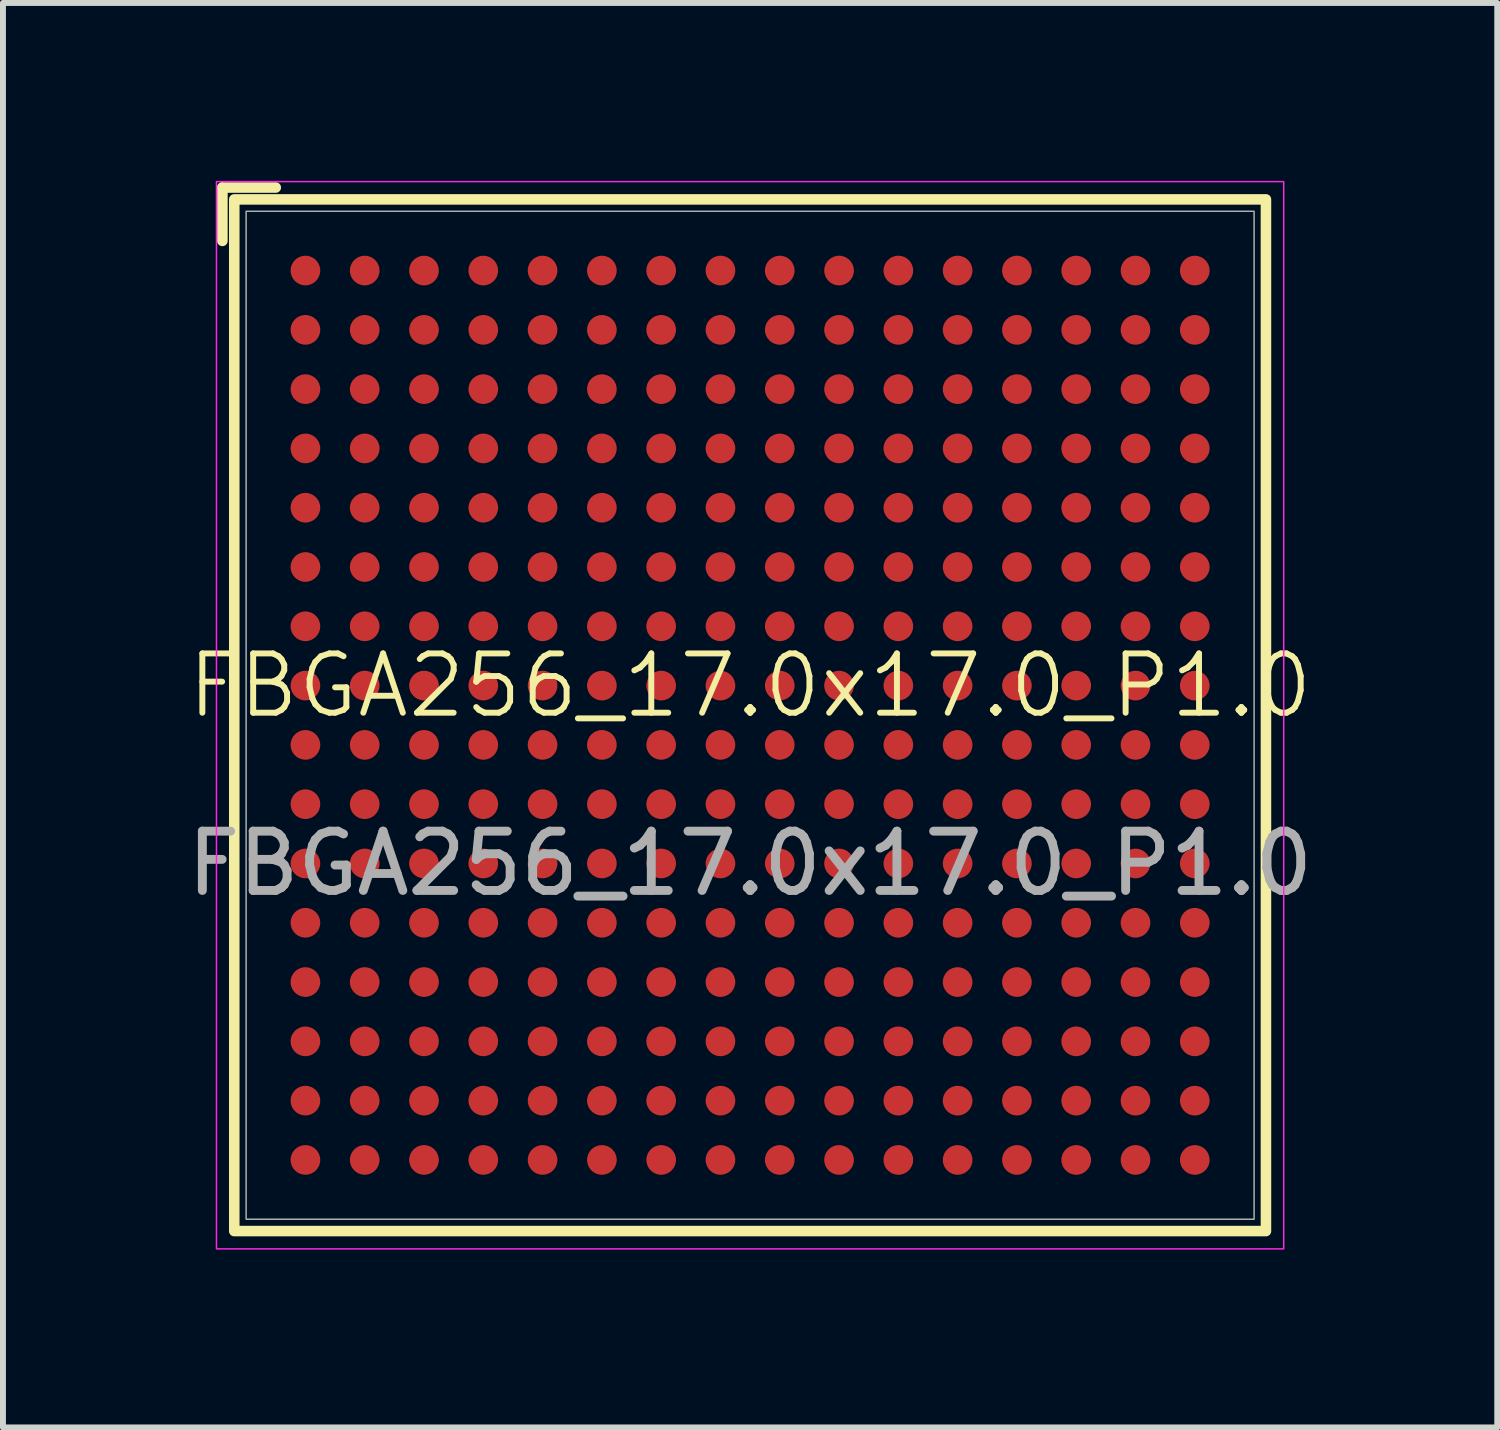
<source format=kicad_pcb>
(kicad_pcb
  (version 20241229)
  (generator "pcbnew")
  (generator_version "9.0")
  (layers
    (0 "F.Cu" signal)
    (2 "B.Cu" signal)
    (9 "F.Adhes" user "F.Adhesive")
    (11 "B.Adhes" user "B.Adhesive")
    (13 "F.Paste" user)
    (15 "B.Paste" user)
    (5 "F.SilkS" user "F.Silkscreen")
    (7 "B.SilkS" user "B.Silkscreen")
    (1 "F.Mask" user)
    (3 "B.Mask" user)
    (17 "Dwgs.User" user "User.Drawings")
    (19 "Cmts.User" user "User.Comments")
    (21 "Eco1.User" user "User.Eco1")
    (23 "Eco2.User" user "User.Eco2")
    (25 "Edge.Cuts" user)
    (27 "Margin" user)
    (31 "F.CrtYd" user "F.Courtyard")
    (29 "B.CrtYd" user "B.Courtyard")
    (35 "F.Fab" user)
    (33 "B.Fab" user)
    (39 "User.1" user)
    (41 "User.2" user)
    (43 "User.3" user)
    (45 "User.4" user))
  (footprint "FBGA256_17.0x17.0_P1.0"
    (layer "F.Cu")
    (at 9.601 9.013)
    (property "Reference" "FBGA256_17.0x17.0_P1.0" (at 0 -0.5 0) (unlocked yes) (layer "F.SilkS") (effects (font (size 1 1) (thickness 0.1))))
    (attr smd)
    (fp_line (start -8.9 -8.9) (end -8 -8.9) (stroke (width 0.178) (type default)) (layer "F.SilkS"))
    (fp_line (start -8.9 -8) (end -8.9 -8.9) (stroke (width 0.178) (type default)) (layer "F.SilkS"))
    (fp_rect (start -8.7 8.7) (end 8.7 -8.7) (stroke (width 0.178) (type default)) (fill no) (layer "F.SilkS"))
    (fp_rect (start -9 -9) (end 9 9) (stroke (width 0.025) (type default)) (fill no) (layer "F.CrtYd"))
    (fp_rect (start -8.5 8.5) (end 8.5 -8.5) (stroke (width 0.025) (type default)) (fill no) (layer "F.Fab"))
    (fp_text user "${REFERENCE}" (at 0 2.5 0) (unlocked yes) (layer "F.Fab") (effects (font (size 1 1) (thickness 0.15))))
    (pad "A1" smd circle (at -7.5 -7.5) (size 0.5 0.5) (layers "F.Cu" "F.Mask" "F.Paste"))
    (pad "A2" smd circle (at -6.5 -7.5) (size 0.5 0.5) (layers "F.Cu" "F.Mask" "F.Paste"))
    (pad "A3" smd circle (at -5.5 -7.5) (size 0.5 0.5) (layers "F.Cu" "F.Mask" "F.Paste"))
    (pad "A4" smd circle (at -4.5 -7.5) (size 0.5 0.5) (layers "F.Cu" "F.Mask" "F.Paste"))
    (pad "A5" smd circle (at -3.5 -7.5) (size 0.5 0.5) (layers "F.Cu" "F.Mask" "F.Paste"))
    (pad "A6" smd circle (at -2.5 -7.5) (size 0.5 0.5) (layers "F.Cu" "F.Mask" "F.Paste"))
    (pad "A7" smd circle (at -1.5 -7.5) (size 0.5 0.5) (layers "F.Cu" "F.Mask" "F.Paste"))
    (pad "A8" smd circle (at -0.5 -7.5) (size 0.5 0.5) (layers "F.Cu" "F.Mask" "F.Paste"))
    (pad "A9" smd circle (at 0.5 -7.5) (size 0.5 0.5) (layers "F.Cu" "F.Mask" "F.Paste"))
    (pad "A10" smd circle (at 1.5 -7.5) (size 0.5 0.5) (layers "F.Cu" "F.Mask" "F.Paste"))
    (pad "A11" smd circle (at 2.5 -7.5) (size 0.5 0.5) (layers "F.Cu" "F.Mask" "F.Paste"))
    (pad "A12" smd circle (at 3.5 -7.5) (size 0.5 0.5) (layers "F.Cu" "F.Mask" "F.Paste"))
    (pad "A13" smd circle (at 4.5 -7.5) (size 0.5 0.5) (layers "F.Cu" "F.Mask" "F.Paste"))
    (pad "A14" smd circle (at 5.5 -7.5) (size 0.5 0.5) (layers "F.Cu" "F.Mask" "F.Paste"))
    (pad "A15" smd circle (at 6.5 -7.5) (size 0.5 0.5) (layers "F.Cu" "F.Mask" "F.Paste"))
    (pad "A16" smd circle (at 7.5 -7.5) (size 0.5 0.5) (layers "F.Cu" "F.Mask" "F.Paste"))
    (pad "B1" smd circle (at -7.5 -6.5) (size 0.5 0.5) (layers "F.Cu" "F.Mask" "F.Paste"))
    (pad "B2" smd circle (at -6.5 -6.5) (size 0.5 0.5) (layers "F.Cu" "F.Mask" "F.Paste"))
    (pad "B3" smd circle (at -5.5 -6.5) (size 0.5 0.5) (layers "F.Cu" "F.Mask" "F.Paste"))
    (pad "B4" smd circle (at -4.5 -6.5) (size 0.5 0.5) (layers "F.Cu" "F.Mask" "F.Paste"))
    (pad "B5" smd circle (at -3.5 -6.5) (size 0.5 0.5) (layers "F.Cu" "F.Mask" "F.Paste"))
    (pad "B6" smd circle (at -2.5 -6.5) (size 0.5 0.5) (layers "F.Cu" "F.Mask" "F.Paste"))
    (pad "B7" smd circle (at -1.5 -6.5) (size 0.5 0.5) (layers "F.Cu" "F.Mask" "F.Paste"))
    (pad "B8" smd circle (at -0.5 -6.5) (size 0.5 0.5) (layers "F.Cu" "F.Mask" "F.Paste"))
    (pad "B9" smd circle (at 0.5 -6.5) (size 0.5 0.5) (layers "F.Cu" "F.Mask" "F.Paste"))
    (pad "B10" smd circle (at 1.5 -6.5) (size 0.5 0.5) (layers "F.Cu" "F.Mask" "F.Paste"))
    (pad "B11" smd circle (at 2.5 -6.5) (size 0.5 0.5) (layers "F.Cu" "F.Mask" "F.Paste"))
    (pad "B12" smd circle (at 3.5 -6.5) (size 0.5 0.5) (layers "F.Cu" "F.Mask" "F.Paste"))
    (pad "B13" smd circle (at 4.5 -6.5) (size 0.5 0.5) (layers "F.Cu" "F.Mask" "F.Paste"))
    (pad "B14" smd circle (at 5.5 -6.5) (size 0.5 0.5) (layers "F.Cu" "F.Mask" "F.Paste"))
    (pad "B15" smd circle (at 6.5 -6.5) (size 0.5 0.5) (layers "F.Cu" "F.Mask" "F.Paste"))
    (pad "B16" smd circle (at 7.5 -6.5) (size 0.5 0.5) (layers "F.Cu" "F.Mask" "F.Paste"))
    (pad "C1" smd circle (at -7.5 -5.5) (size 0.5 0.5) (layers "F.Cu" "F.Mask" "F.Paste"))
    (pad "C2" smd circle (at -6.5 -5.5) (size 0.5 0.5) (layers "F.Cu" "F.Mask" "F.Paste"))
    (pad "C3" smd circle (at -5.5 -5.5) (size 0.5 0.5) (layers "F.Cu" "F.Mask" "F.Paste"))
    (pad "C4" smd circle (at -4.5 -5.5) (size 0.5 0.5) (layers "F.Cu" "F.Mask" "F.Paste"))
    (pad "C5" smd circle (at -3.5 -5.5) (size 0.5 0.5) (layers "F.Cu" "F.Mask" "F.Paste"))
    (pad "C6" smd circle (at -2.5 -5.5) (size 0.5 0.5) (layers "F.Cu" "F.Mask" "F.Paste"))
    (pad "C7" smd circle (at -1.5 -5.5) (size 0.5 0.5) (layers "F.Cu" "F.Mask" "F.Paste"))
    (pad "C8" smd circle (at -0.5 -5.5) (size 0.5 0.5) (layers "F.Cu" "F.Mask" "F.Paste"))
    (pad "C9" smd circle (at 0.5 -5.5) (size 0.5 0.5) (layers "F.Cu" "F.Mask" "F.Paste"))
    (pad "C10" smd circle (at 1.5 -5.5) (size 0.5 0.5) (layers "F.Cu" "F.Mask" "F.Paste"))
    (pad "C11" smd circle (at 2.5 -5.5) (size 0.5 0.5) (layers "F.Cu" "F.Mask" "F.Paste"))
    (pad "C12" smd circle (at 3.5 -5.5) (size 0.5 0.5) (layers "F.Cu" "F.Mask" "F.Paste"))
    (pad "C13" smd circle (at 4.5 -5.5) (size 0.5 0.5) (layers "F.Cu" "F.Mask" "F.Paste"))
    (pad "C14" smd circle (at 5.5 -5.5) (size 0.5 0.5) (layers "F.Cu" "F.Mask" "F.Paste"))
    (pad "C15" smd circle (at 6.5 -5.5) (size 0.5 0.5) (layers "F.Cu" "F.Mask" "F.Paste"))
    (pad "C16" smd circle (at 7.5 -5.5) (size 0.5 0.5) (layers "F.Cu" "F.Mask" "F.Paste"))
    (pad "D1" smd circle (at -7.5 -4.5) (size 0.5 0.5) (layers "F.Cu" "F.Mask" "F.Paste"))
    (pad "D2" smd circle (at -6.5 -4.5) (size 0.5 0.5) (layers "F.Cu" "F.Mask" "F.Paste"))
    (pad "D3" smd circle (at -5.5 -4.5) (size 0.5 0.5) (layers "F.Cu" "F.Mask" "F.Paste"))
    (pad "D4" smd circle (at -4.5 -4.5) (size 0.5 0.5) (layers "F.Cu" "F.Mask" "F.Paste"))
    (pad "D5" smd circle (at -3.5 -4.5) (size 0.5 0.5) (layers "F.Cu" "F.Mask" "F.Paste"))
    (pad "D6" smd circle (at -2.5 -4.5) (size 0.5 0.5) (layers "F.Cu" "F.Mask" "F.Paste"))
    (pad "D7" smd circle (at -1.5 -4.5) (size 0.5 0.5) (layers "F.Cu" "F.Mask" "F.Paste"))
    (pad "D8" smd circle (at -0.5 -4.5) (size 0.5 0.5) (layers "F.Cu" "F.Mask" "F.Paste"))
    (pad "D9" smd circle (at 0.5 -4.5) (size 0.5 0.5) (layers "F.Cu" "F.Mask" "F.Paste"))
    (pad "D10" smd circle (at 1.5 -4.5) (size 0.5 0.5) (layers "F.Cu" "F.Mask" "F.Paste"))
    (pad "D11" smd circle (at 2.5 -4.5) (size 0.5 0.5) (layers "F.Cu" "F.Mask" "F.Paste"))
    (pad "D12" smd circle (at 3.5 -4.5) (size 0.5 0.5) (layers "F.Cu" "F.Mask" "F.Paste"))
    (pad "D13" smd circle (at 4.5 -4.5) (size 0.5 0.5) (layers "F.Cu" "F.Mask" "F.Paste"))
    (pad "D14" smd circle (at 5.5 -4.5) (size 0.5 0.5) (layers "F.Cu" "F.Mask" "F.Paste"))
    (pad "D15" smd circle (at 6.5 -4.5) (size 0.5 0.5) (layers "F.Cu" "F.Mask" "F.Paste"))
    (pad "D16" smd circle (at 7.5 -4.5) (size 0.5 0.5) (layers "F.Cu" "F.Mask" "F.Paste"))
    (pad "E1" smd circle (at -7.5 -3.5) (size 0.5 0.5) (layers "F.Cu" "F.Mask" "F.Paste"))
    (pad "E2" smd circle (at -6.5 -3.5) (size 0.5 0.5) (layers "F.Cu" "F.Mask" "F.Paste"))
    (pad "E3" smd circle (at -5.5 -3.5) (size 0.5 0.5) (layers "F.Cu" "F.Mask" "F.Paste"))
    (pad "E4" smd circle (at -4.5 -3.5) (size 0.5 0.5) (layers "F.Cu" "F.Mask" "F.Paste"))
    (pad "E5" smd circle (at -3.5 -3.5) (size 0.5 0.5) (layers "F.Cu" "F.Mask" "F.Paste"))
    (pad "E6" smd circle (at -2.5 -3.5) (size 0.5 0.5) (layers "F.Cu" "F.Mask" "F.Paste"))
    (pad "E7" smd circle (at -1.5 -3.5) (size 0.5 0.5) (layers "F.Cu" "F.Mask" "F.Paste"))
    (pad "E8" smd circle (at -0.5 -3.5) (size 0.5 0.5) (layers "F.Cu" "F.Mask" "F.Paste"))
    (pad "E9" smd circle (at 0.5 -3.5) (size 0.5 0.5) (layers "F.Cu" "F.Mask" "F.Paste"))
    (pad "E10" smd circle (at 1.5 -3.5) (size 0.5 0.5) (layers "F.Cu" "F.Mask" "F.Paste"))
    (pad "E11" smd circle (at 2.5 -3.5) (size 0.5 0.5) (layers "F.Cu" "F.Mask" "F.Paste"))
    (pad "E12" smd circle (at 3.5 -3.5) (size 0.5 0.5) (layers "F.Cu" "F.Mask" "F.Paste"))
    (pad "E13" smd circle (at 4.5 -3.5) (size 0.5 0.5) (layers "F.Cu" "F.Mask" "F.Paste"))
    (pad "E14" smd circle (at 5.5 -3.5) (size 0.5 0.5) (layers "F.Cu" "F.Mask" "F.Paste"))
    (pad "E15" smd circle (at 6.5 -3.5) (size 0.5 0.5) (layers "F.Cu" "F.Mask" "F.Paste"))
    (pad "E16" smd circle (at 7.5 -3.5) (size 0.5 0.5) (layers "F.Cu" "F.Mask" "F.Paste"))
    (pad "F1" smd circle (at -7.5 -2.5) (size 0.5 0.5) (layers "F.Cu" "F.Mask" "F.Paste"))
    (pad "F2" smd circle (at -6.5 -2.5) (size 0.5 0.5) (layers "F.Cu" "F.Mask" "F.Paste"))
    (pad "F3" smd circle (at -5.5 -2.5) (size 0.5 0.5) (layers "F.Cu" "F.Mask" "F.Paste"))
    (pad "F4" smd circle (at -4.5 -2.5) (size 0.5 0.5) (layers "F.Cu" "F.Mask" "F.Paste"))
    (pad "F5" smd circle (at -3.5 -2.5) (size 0.5 0.5) (layers "F.Cu" "F.Mask" "F.Paste"))
    (pad "F6" smd circle (at -2.5 -2.5) (size 0.5 0.5) (layers "F.Cu" "F.Mask" "F.Paste"))
    (pad "F7" smd circle (at -1.5 -2.5) (size 0.5 0.5) (layers "F.Cu" "F.Mask" "F.Paste"))
    (pad "F8" smd circle (at -0.5 -2.5) (size 0.5 0.5) (layers "F.Cu" "F.Mask" "F.Paste"))
    (pad "F9" smd circle (at 0.5 -2.5) (size 0.5 0.5) (layers "F.Cu" "F.Mask" "F.Paste"))
    (pad "F10" smd circle (at 1.5 -2.5) (size 0.5 0.5) (layers "F.Cu" "F.Mask" "F.Paste"))
    (pad "F11" smd circle (at 2.5 -2.5) (size 0.5 0.5) (layers "F.Cu" "F.Mask" "F.Paste"))
    (pad "F12" smd circle (at 3.5 -2.5) (size 0.5 0.5) (layers "F.Cu" "F.Mask" "F.Paste"))
    (pad "F13" smd circle (at 4.5 -2.5) (size 0.5 0.5) (layers "F.Cu" "F.Mask" "F.Paste"))
    (pad "F14" smd circle (at 5.5 -2.5) (size 0.5 0.5) (layers "F.Cu" "F.Mask" "F.Paste"))
    (pad "F15" smd circle (at 6.5 -2.5) (size 0.5 0.5) (layers "F.Cu" "F.Mask" "F.Paste"))
    (pad "F16" smd circle (at 7.5 -2.5) (size 0.5 0.5) (layers "F.Cu" "F.Mask" "F.Paste"))
    (pad "G1" smd circle (at -7.5 -1.5) (size 0.5 0.5) (layers "F.Cu" "F.Mask" "F.Paste"))
    (pad "G2" smd circle (at -6.5 -1.5) (size 0.5 0.5) (layers "F.Cu" "F.Mask" "F.Paste"))
    (pad "G3" smd circle (at -5.5 -1.5) (size 0.5 0.5) (layers "F.Cu" "F.Mask" "F.Paste"))
    (pad "G4" smd circle (at -4.5 -1.5) (size 0.5 0.5) (layers "F.Cu" "F.Mask" "F.Paste"))
    (pad "G5" smd circle (at -3.5 -1.5) (size 0.5 0.5) (layers "F.Cu" "F.Mask" "F.Paste"))
    (pad "G6" smd circle (at -2.5 -1.5) (size 0.5 0.5) (layers "F.Cu" "F.Mask" "F.Paste"))
    (pad "G7" smd circle (at -1.5 -1.5) (size 0.5 0.5) (layers "F.Cu" "F.Mask" "F.Paste"))
    (pad "G8" smd circle (at -0.5 -1.5) (size 0.5 0.5) (layers "F.Cu" "F.Mask" "F.Paste"))
    (pad "G9" smd circle (at 0.5 -1.5) (size 0.5 0.5) (layers "F.Cu" "F.Mask" "F.Paste"))
    (pad "G10" smd circle (at 1.5 -1.5) (size 0.5 0.5) (layers "F.Cu" "F.Mask" "F.Paste"))
    (pad "G11" smd circle (at 2.5 -1.5) (size 0.5 0.5) (layers "F.Cu" "F.Mask" "F.Paste"))
    (pad "G12" smd circle (at 3.5 -1.5) (size 0.5 0.5) (layers "F.Cu" "F.Mask" "F.Paste"))
    (pad "G13" smd circle (at 4.5 -1.5) (size 0.5 0.5) (layers "F.Cu" "F.Mask" "F.Paste"))
    (pad "G14" smd circle (at 5.5 -1.5) (size 0.5 0.5) (layers "F.Cu" "F.Mask" "F.Paste"))
    (pad "G15" smd circle (at 6.5 -1.5) (size 0.5 0.5) (layers "F.Cu" "F.Mask" "F.Paste"))
    (pad "G16" smd circle (at 7.5 -1.5) (size 0.5 0.5) (layers "F.Cu" "F.Mask" "F.Paste"))
    (pad "H1" smd circle (at -7.5 -0.5) (size 0.5 0.5) (layers "F.Cu" "F.Mask" "F.Paste"))
    (pad "H2" smd circle (at -6.5 -0.5) (size 0.5 0.5) (layers "F.Cu" "F.Mask" "F.Paste"))
    (pad "H3" smd circle (at -5.5 -0.5) (size 0.5 0.5) (layers "F.Cu" "F.Mask" "F.Paste"))
    (pad "H4" smd circle (at -4.5 -0.5) (size 0.5 0.5) (layers "F.Cu" "F.Mask" "F.Paste"))
    (pad "H5" smd circle (at -3.5 -0.5) (size 0.5 0.5) (layers "F.Cu" "F.Mask" "F.Paste"))
    (pad "H6" smd circle (at -2.5 -0.5) (size 0.5 0.5) (layers "F.Cu" "F.Mask" "F.Paste"))
    (pad "H7" smd circle (at -1.5 -0.5) (size 0.5 0.5) (layers "F.Cu" "F.Mask" "F.Paste"))
    (pad "H8" smd circle (at -0.5 -0.5) (size 0.5 0.5) (layers "F.Cu" "F.Mask" "F.Paste"))
    (pad "H9" smd circle (at 0.5 -0.5) (size 0.5 0.5) (layers "F.Cu" "F.Mask" "F.Paste"))
    (pad "H10" smd circle (at 1.5 -0.5) (size 0.5 0.5) (layers "F.Cu" "F.Mask" "F.Paste"))
    (pad "H11" smd circle (at 2.5 -0.5) (size 0.5 0.5) (layers "F.Cu" "F.Mask" "F.Paste"))
    (pad "H12" smd circle (at 3.5 -0.5) (size 0.5 0.5) (layers "F.Cu" "F.Mask" "F.Paste"))
    (pad "H13" smd circle (at 4.5 -0.5) (size 0.5 0.5) (layers "F.Cu" "F.Mask" "F.Paste"))
    (pad "H14" smd circle (at 5.5 -0.5) (size 0.5 0.5) (layers "F.Cu" "F.Mask" "F.Paste"))
    (pad "H15" smd circle (at 6.5 -0.5) (size 0.5 0.5) (layers "F.Cu" "F.Mask" "F.Paste"))
    (pad "H16" smd circle (at 7.5 -0.5) (size 0.5 0.5) (layers "F.Cu" "F.Mask" "F.Paste"))
    (pad "J1" smd circle (at -7.5 0.5) (size 0.5 0.5) (layers "F.Cu" "F.Mask" "F.Paste"))
    (pad "J2" smd circle (at -6.5 0.5) (size 0.5 0.5) (layers "F.Cu" "F.Mask" "F.Paste"))
    (pad "J3" smd circle (at -5.5 0.5) (size 0.5 0.5) (layers "F.Cu" "F.Mask" "F.Paste"))
    (pad "J4" smd circle (at -4.5 0.5) (size 0.5 0.5) (layers "F.Cu" "F.Mask" "F.Paste"))
    (pad "J5" smd circle (at -3.5 0.5) (size 0.5 0.5) (layers "F.Cu" "F.Mask" "F.Paste"))
    (pad "J6" smd circle (at -2.5 0.5) (size 0.5 0.5) (layers "F.Cu" "F.Mask" "F.Paste"))
    (pad "J7" smd circle (at -1.5 0.5) (size 0.5 0.5) (layers "F.Cu" "F.Mask" "F.Paste"))
    (pad "J8" smd circle (at -0.5 0.5) (size 0.5 0.5) (layers "F.Cu" "F.Mask" "F.Paste"))
    (pad "J9" smd circle (at 0.5 0.5) (size 0.5 0.5) (layers "F.Cu" "F.Mask" "F.Paste"))
    (pad "J10" smd circle (at 1.5 0.5) (size 0.5 0.5) (layers "F.Cu" "F.Mask" "F.Paste"))
    (pad "J11" smd circle (at 2.5 0.5) (size 0.5 0.5) (layers "F.Cu" "F.Mask" "F.Paste"))
    (pad "J12" smd circle (at 3.5 0.5) (size 0.5 0.5) (layers "F.Cu" "F.Mask" "F.Paste"))
    (pad "J13" smd circle (at 4.5 0.5) (size 0.5 0.5) (layers "F.Cu" "F.Mask" "F.Paste"))
    (pad "J14" smd circle (at 5.5 0.5) (size 0.5 0.5) (layers "F.Cu" "F.Mask" "F.Paste"))
    (pad "J15" smd circle (at 6.5 0.5) (size 0.5 0.5) (layers "F.Cu" "F.Mask" "F.Paste"))
    (pad "J16" smd circle (at 7.5 0.5) (size 0.5 0.5) (layers "F.Cu" "F.Mask" "F.Paste"))
    (pad "K1" smd circle (at -7.5 1.5) (size 0.5 0.5) (layers "F.Cu" "F.Mask" "F.Paste"))
    (pad "K2" smd circle (at -6.5 1.5) (size 0.5 0.5) (layers "F.Cu" "F.Mask" "F.Paste"))
    (pad "K3" smd circle (at -5.5 1.5) (size 0.5 0.5) (layers "F.Cu" "F.Mask" "F.Paste"))
    (pad "K4" smd circle (at -4.5 1.5) (size 0.5 0.5) (layers "F.Cu" "F.Mask" "F.Paste"))
    (pad "K5" smd circle (at -3.5 1.5) (size 0.5 0.5) (layers "F.Cu" "F.Mask" "F.Paste"))
    (pad "K6" smd circle (at -2.5 1.5) (size 0.5 0.5) (layers "F.Cu" "F.Mask" "F.Paste"))
    (pad "K7" smd circle (at -1.5 1.5) (size 0.5 0.5) (layers "F.Cu" "F.Mask" "F.Paste"))
    (pad "K8" smd circle (at -0.5 1.5) (size 0.5 0.5) (layers "F.Cu" "F.Mask" "F.Paste"))
    (pad "K9" smd circle (at 0.5 1.5) (size 0.5 0.5) (layers "F.Cu" "F.Mask" "F.Paste"))
    (pad "K10" smd circle (at 1.5 1.5) (size 0.5 0.5) (layers "F.Cu" "F.Mask" "F.Paste"))
    (pad "K11" smd circle (at 2.5 1.5) (size 0.5 0.5) (layers "F.Cu" "F.Mask" "F.Paste"))
    (pad "K12" smd circle (at 3.5 1.5) (size 0.5 0.5) (layers "F.Cu" "F.Mask" "F.Paste"))
    (pad "K13" smd circle (at 4.5 1.5) (size 0.5 0.5) (layers "F.Cu" "F.Mask" "F.Paste"))
    (pad "K14" smd circle (at 5.5 1.5) (size 0.5 0.5) (layers "F.Cu" "F.Mask" "F.Paste"))
    (pad "K15" smd circle (at 6.5 1.5) (size 0.5 0.5) (layers "F.Cu" "F.Mask" "F.Paste"))
    (pad "K16" smd circle (at 7.5 1.5) (size 0.5 0.5) (layers "F.Cu" "F.Mask" "F.Paste"))
    (pad "L1" smd circle (at -7.5 2.5) (size 0.5 0.5) (layers "F.Cu" "F.Mask" "F.Paste"))
    (pad "L2" smd circle (at -6.5 2.5) (size 0.5 0.5) (layers "F.Cu" "F.Mask" "F.Paste"))
    (pad "L3" smd circle (at -5.5 2.5) (size 0.5 0.5) (layers "F.Cu" "F.Mask" "F.Paste"))
    (pad "L4" smd circle (at -4.5 2.5) (size 0.5 0.5) (layers "F.Cu" "F.Mask" "F.Paste"))
    (pad "L5" smd circle (at -3.5 2.5) (size 0.5 0.5) (layers "F.Cu" "F.Mask" "F.Paste"))
    (pad "L6" smd circle (at -2.5 2.5) (size 0.5 0.5) (layers "F.Cu" "F.Mask" "F.Paste"))
    (pad "L7" smd circle (at -1.5 2.5) (size 0.5 0.5) (layers "F.Cu" "F.Mask" "F.Paste"))
    (pad "L8" smd circle (at -0.5 2.5) (size 0.5 0.5) (layers "F.Cu" "F.Mask" "F.Paste"))
    (pad "L9" smd circle (at 0.5 2.5) (size 0.5 0.5) (layers "F.Cu" "F.Mask" "F.Paste"))
    (pad "L10" smd circle (at 1.5 2.5) (size 0.5 0.5) (layers "F.Cu" "F.Mask" "F.Paste"))
    (pad "L11" smd circle (at 2.5 2.5) (size 0.5 0.5) (layers "F.Cu" "F.Mask" "F.Paste"))
    (pad "L12" smd circle (at 3.5 2.5) (size 0.5 0.5) (layers "F.Cu" "F.Mask" "F.Paste"))
    (pad "L13" smd circle (at 4.5 2.5) (size 0.5 0.5) (layers "F.Cu" "F.Mask" "F.Paste"))
    (pad "L14" smd circle (at 5.5 2.5) (size 0.5 0.5) (layers "F.Cu" "F.Mask" "F.Paste"))
    (pad "L15" smd circle (at 6.5 2.5) (size 0.5 0.5) (layers "F.Cu" "F.Mask" "F.Paste"))
    (pad "L16" smd circle (at 7.5 2.5) (size 0.5 0.5) (layers "F.Cu" "F.Mask" "F.Paste"))
    (pad "M1" smd circle (at -7.5 3.5) (size 0.5 0.5) (layers "F.Cu" "F.Mask" "F.Paste"))
    (pad "M2" smd circle (at -6.5 3.5) (size 0.5 0.5) (layers "F.Cu" "F.Mask" "F.Paste"))
    (pad "M3" smd circle (at -5.5 3.5) (size 0.5 0.5) (layers "F.Cu" "F.Mask" "F.Paste"))
    (pad "M4" smd circle (at -4.5 3.5) (size 0.5 0.5) (layers "F.Cu" "F.Mask" "F.Paste"))
    (pad "M5" smd circle (at -3.5 3.5) (size 0.5 0.5) (layers "F.Cu" "F.Mask" "F.Paste"))
    (pad "M6" smd circle (at -2.5 3.5) (size 0.5 0.5) (layers "F.Cu" "F.Mask" "F.Paste"))
    (pad "M7" smd circle (at -1.5 3.5) (size 0.5 0.5) (layers "F.Cu" "F.Mask" "F.Paste"))
    (pad "M8" smd circle (at -0.5 3.5) (size 0.5 0.5) (layers "F.Cu" "F.Mask" "F.Paste"))
    (pad "M9" smd circle (at 0.5 3.5) (size 0.5 0.5) (layers "F.Cu" "F.Mask" "F.Paste"))
    (pad "M10" smd circle (at 1.5 3.5) (size 0.5 0.5) (layers "F.Cu" "F.Mask" "F.Paste"))
    (pad "M11" smd circle (at 2.5 3.5) (size 0.5 0.5) (layers "F.Cu" "F.Mask" "F.Paste"))
    (pad "M12" smd circle (at 3.5 3.5) (size 0.5 0.5) (layers "F.Cu" "F.Mask" "F.Paste"))
    (pad "M13" smd circle (at 4.5 3.5) (size 0.5 0.5) (layers "F.Cu" "F.Mask" "F.Paste"))
    (pad "M14" smd circle (at 5.5 3.5) (size 0.5 0.5) (layers "F.Cu" "F.Mask" "F.Paste"))
    (pad "M15" smd circle (at 6.5 3.5) (size 0.5 0.5) (layers "F.Cu" "F.Mask" "F.Paste"))
    (pad "M16" smd circle (at 7.5 3.5) (size 0.5 0.5) (layers "F.Cu" "F.Mask" "F.Paste"))
    (pad "N1" smd circle (at -7.5 4.5) (size 0.5 0.5) (layers "F.Cu" "F.Mask" "F.Paste"))
    (pad "N2" smd circle (at -6.5 4.5) (size 0.5 0.5) (layers "F.Cu" "F.Mask" "F.Paste"))
    (pad "N3" smd circle (at -5.5 4.5) (size 0.5 0.5) (layers "F.Cu" "F.Mask" "F.Paste"))
    (pad "N4" smd circle (at -4.5 4.5) (size 0.5 0.5) (layers "F.Cu" "F.Mask" "F.Paste"))
    (pad "N5" smd circle (at -3.5 4.5) (size 0.5 0.5) (layers "F.Cu" "F.Mask" "F.Paste"))
    (pad "N6" smd circle (at -2.5 4.5) (size 0.5 0.5) (layers "F.Cu" "F.Mask" "F.Paste"))
    (pad "N7" smd circle (at -1.5 4.5) (size 0.5 0.5) (layers "F.Cu" "F.Mask" "F.Paste"))
    (pad "N8" smd circle (at -0.5 4.5) (size 0.5 0.5) (layers "F.Cu" "F.Mask" "F.Paste"))
    (pad "N9" smd circle (at 0.5 4.5) (size 0.5 0.5) (layers "F.Cu" "F.Mask" "F.Paste"))
    (pad "N10" smd circle (at 1.5 4.5) (size 0.5 0.5) (layers "F.Cu" "F.Mask" "F.Paste"))
    (pad "N11" smd circle (at 2.5 4.5) (size 0.5 0.5) (layers "F.Cu" "F.Mask" "F.Paste"))
    (pad "N12" smd circle (at 3.5 4.5) (size 0.5 0.5) (layers "F.Cu" "F.Mask" "F.Paste"))
    (pad "N13" smd circle (at 4.5 4.5) (size 0.5 0.5) (layers "F.Cu" "F.Mask" "F.Paste"))
    (pad "N14" smd circle (at 5.5 4.5) (size 0.5 0.5) (layers "F.Cu" "F.Mask" "F.Paste"))
    (pad "N15" smd circle (at 6.5 4.5) (size 0.5 0.5) (layers "F.Cu" "F.Mask" "F.Paste"))
    (pad "N16" smd circle (at 7.5 4.5) (size 0.5 0.5) (layers "F.Cu" "F.Mask" "F.Paste"))
    (pad "P1" smd circle (at -7.5 5.5) (size 0.5 0.5) (layers "F.Cu" "F.Mask" "F.Paste"))
    (pad "P2" smd circle (at -6.5 5.5) (size 0.5 0.5) (layers "F.Cu" "F.Mask" "F.Paste"))
    (pad "P3" smd circle (at -5.5 5.5) (size 0.5 0.5) (layers "F.Cu" "F.Mask" "F.Paste"))
    (pad "P4" smd circle (at -4.5 5.5) (size 0.5 0.5) (layers "F.Cu" "F.Mask" "F.Paste"))
    (pad "P5" smd circle (at -3.5 5.5) (size 0.5 0.5) (layers "F.Cu" "F.Mask" "F.Paste"))
    (pad "P6" smd circle (at -2.5 5.5) (size 0.5 0.5) (layers "F.Cu" "F.Mask" "F.Paste"))
    (pad "P7" smd circle (at -1.5 5.5) (size 0.5 0.5) (layers "F.Cu" "F.Mask" "F.Paste"))
    (pad "P8" smd circle (at -0.5 5.5) (size 0.5 0.5) (layers "F.Cu" "F.Mask" "F.Paste"))
    (pad "P9" smd circle (at 0.5 5.5) (size 0.5 0.5) (layers "F.Cu" "F.Mask" "F.Paste"))
    (pad "P10" smd circle (at 1.5 5.5) (size 0.5 0.5) (layers "F.Cu" "F.Mask" "F.Paste"))
    (pad "P11" smd circle (at 2.5 5.5) (size 0.5 0.5) (layers "F.Cu" "F.Mask" "F.Paste"))
    (pad "P12" smd circle (at 3.5 5.5) (size 0.5 0.5) (layers "F.Cu" "F.Mask" "F.Paste"))
    (pad "P13" smd circle (at 4.5 5.5) (size 0.5 0.5) (layers "F.Cu" "F.Mask" "F.Paste"))
    (pad "P14" smd circle (at 5.5 5.5) (size 0.5 0.5) (layers "F.Cu" "F.Mask" "F.Paste"))
    (pad "P15" smd circle (at 6.5 5.5) (size 0.5 0.5) (layers "F.Cu" "F.Mask" "F.Paste"))
    (pad "P16" smd circle (at 7.5 5.5) (size 0.5 0.5) (layers "F.Cu" "F.Mask" "F.Paste"))
    (pad "R1" smd circle (at -7.5 6.5) (size 0.5 0.5) (layers "F.Cu" "F.Mask" "F.Paste"))
    (pad "R2" smd circle (at -6.5 6.5) (size 0.5 0.5) (layers "F.Cu" "F.Mask" "F.Paste"))
    (pad "R3" smd circle (at -5.5 6.5) (size 0.5 0.5) (layers "F.Cu" "F.Mask" "F.Paste"))
    (pad "R4" smd circle (at -4.5 6.5) (size 0.5 0.5) (layers "F.Cu" "F.Mask" "F.Paste"))
    (pad "R5" smd circle (at -3.5 6.5) (size 0.5 0.5) (layers "F.Cu" "F.Mask" "F.Paste"))
    (pad "R6" smd circle (at -2.5 6.5) (size 0.5 0.5) (layers "F.Cu" "F.Mask" "F.Paste"))
    (pad "R7" smd circle (at -1.5 6.5) (size 0.5 0.5) (layers "F.Cu" "F.Mask" "F.Paste"))
    (pad "R8" smd circle (at -0.5 6.5) (size 0.5 0.5) (layers "F.Cu" "F.Mask" "F.Paste"))
    (pad "R9" smd circle (at 0.5 6.5) (size 0.5 0.5) (layers "F.Cu" "F.Mask" "F.Paste"))
    (pad "R10" smd circle (at 1.5 6.5) (size 0.5 0.5) (layers "F.Cu" "F.Mask" "F.Paste"))
    (pad "R11" smd circle (at 2.5 6.5) (size 0.5 0.5) (layers "F.Cu" "F.Mask" "F.Paste"))
    (pad "R12" smd circle (at 3.5 6.5) (size 0.5 0.5) (layers "F.Cu" "F.Mask" "F.Paste"))
    (pad "R13" smd circle (at 4.5 6.5) (size 0.5 0.5) (layers "F.Cu" "F.Mask" "F.Paste"))
    (pad "R14" smd circle (at 5.5 6.5) (size 0.5 0.5) (layers "F.Cu" "F.Mask" "F.Paste"))
    (pad "R15" smd circle (at 6.5 6.5) (size 0.5 0.5) (layers "F.Cu" "F.Mask" "F.Paste"))
    (pad "R16" smd circle (at 7.5 6.5) (size 0.5 0.5) (layers "F.Cu" "F.Mask" "F.Paste"))
    (pad "T1" smd circle (at -7.5 7.5) (size 0.5 0.5) (layers "F.Cu" "F.Mask" "F.Paste"))
    (pad "T2" smd circle (at -6.5 7.5) (size 0.5 0.5) (layers "F.Cu" "F.Mask" "F.Paste"))
    (pad "T3" smd circle (at -5.5 7.5) (size 0.5 0.5) (layers "F.Cu" "F.Mask" "F.Paste"))
    (pad "T4" smd circle (at -4.5 7.5) (size 0.5 0.5) (layers "F.Cu" "F.Mask" "F.Paste"))
    (pad "T5" smd circle (at -3.5 7.5) (size 0.5 0.5) (layers "F.Cu" "F.Mask" "F.Paste"))
    (pad "T6" smd circle (at -2.5 7.5) (size 0.5 0.5) (layers "F.Cu" "F.Mask" "F.Paste"))
    (pad "T7" smd circle (at -1.5 7.5) (size 0.5 0.5) (layers "F.Cu" "F.Mask" "F.Paste"))
    (pad "T8" smd circle (at -0.5 7.5) (size 0.5 0.5) (layers "F.Cu" "F.Mask" "F.Paste"))
    (pad "T9" smd circle (at 0.5 7.5) (size 0.5 0.5) (layers "F.Cu" "F.Mask" "F.Paste"))
    (pad "T10" smd circle (at 1.5 7.5) (size 0.5 0.5) (layers "F.Cu" "F.Mask" "F.Paste"))
    (pad "T11" smd circle (at 2.5 7.5) (size 0.5 0.5) (layers "F.Cu" "F.Mask" "F.Paste"))
    (pad "T12" smd circle (at 3.5 7.5) (size 0.5 0.5) (layers "F.Cu" "F.Mask" "F.Paste"))
    (pad "T13" smd circle (at 4.5 7.5) (size 0.5 0.5) (layers "F.Cu" "F.Mask" "F.Paste"))
    (pad "T14" smd circle (at 5.5 7.5) (size 0.5 0.5) (layers "F.Cu" "F.Mask" "F.Paste"))
    (pad "T15" smd circle (at 6.5 7.5) (size 0.5 0.5) (layers "F.Cu" "F.Mask" "F.Paste"))
    (pad "T16" smd circle (at 7.5 7.5) (size 0.5 0.5) (layers "F.Cu" "F.Mask" "F.Paste")))
  (gr_rect
    (start -3 -3)
    (end 22.202 21.025)
    (stroke (width 0.1) (type default))
    (fill no)
    (layer "Edge.Cuts")))
</source>
